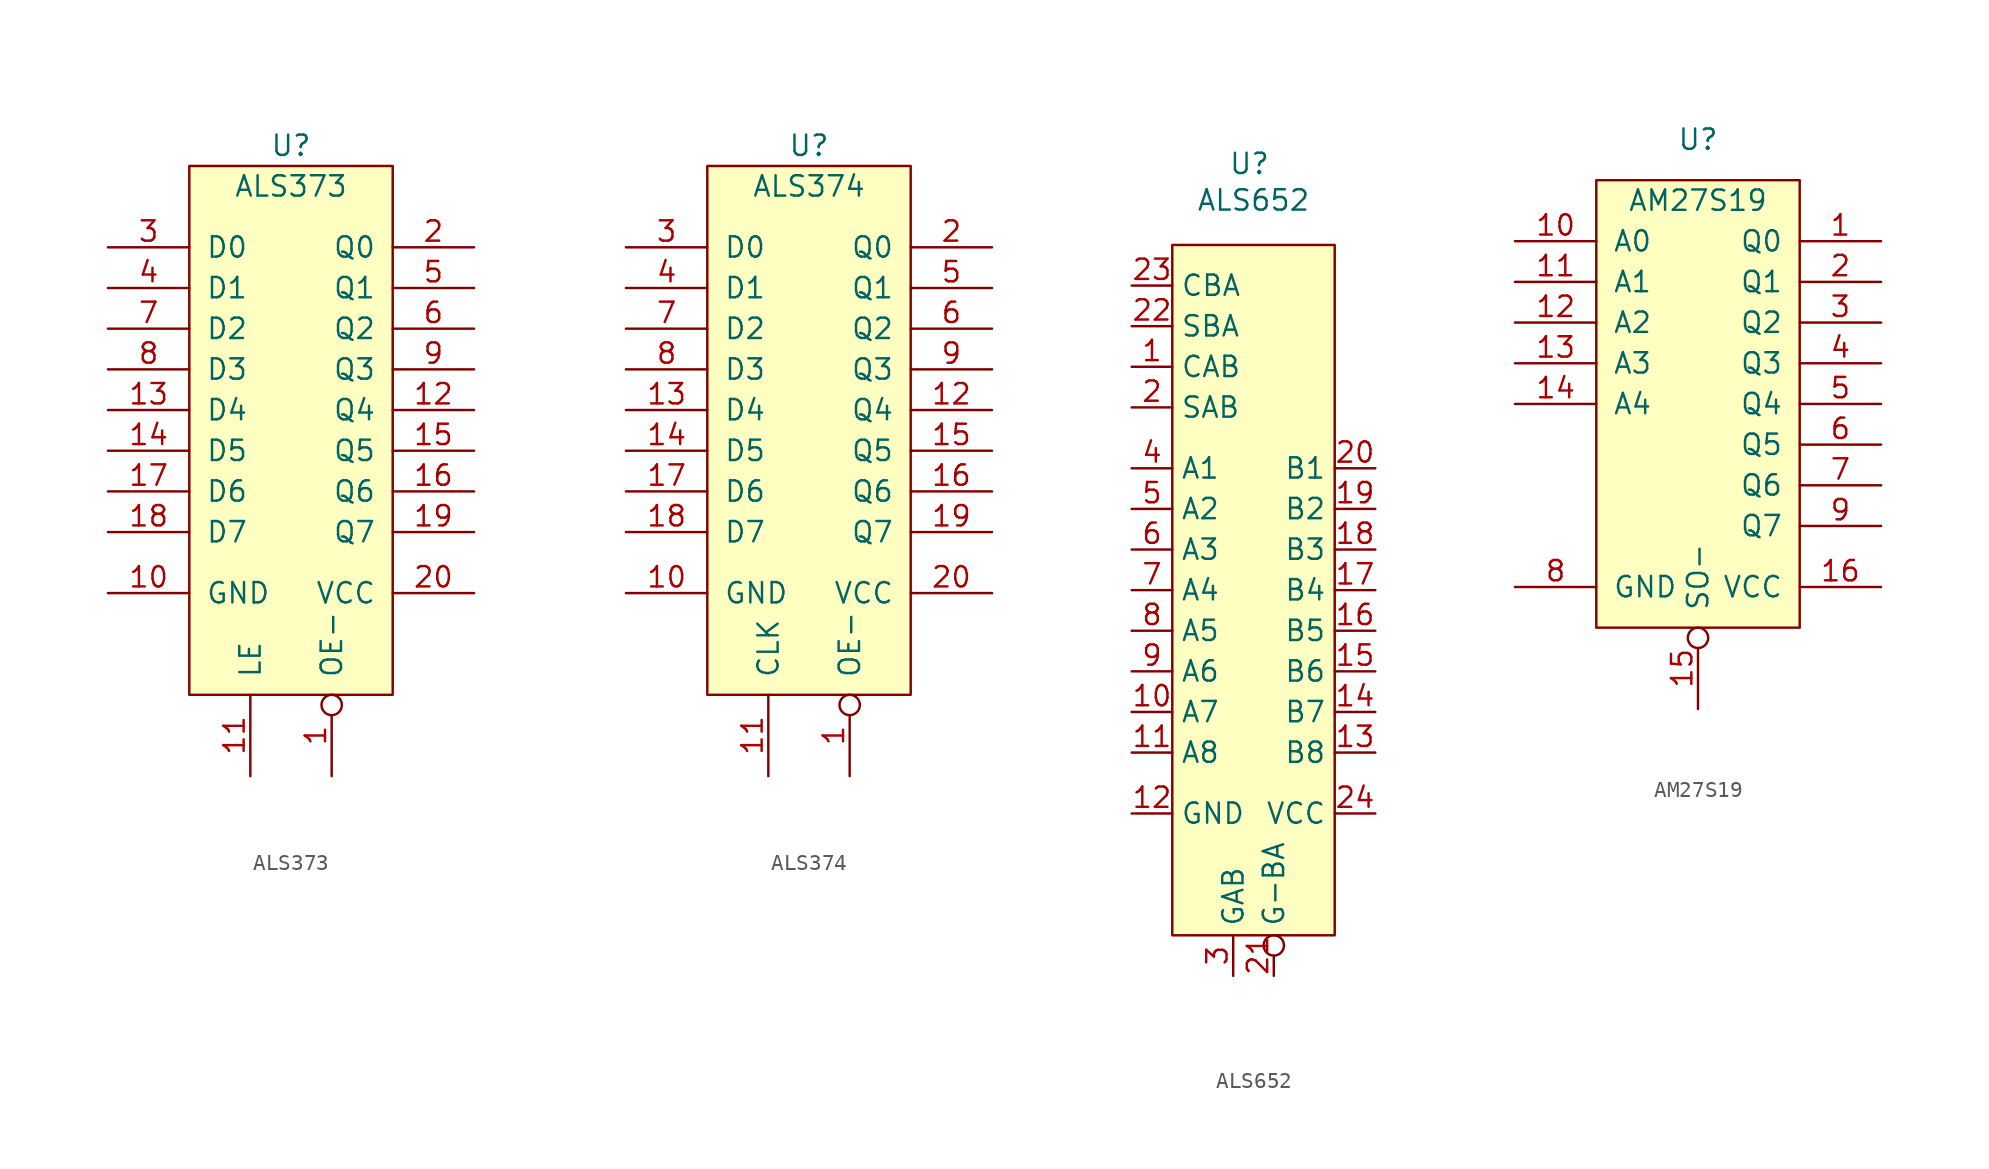
<source format=kicad_sym>
(kicad_symbol_lib
  (version 20231120)
  (generator "kicad_symbol_editor")
  (generator_version "8.0")
  (symbol "ALS373"
    (pin_names
      (offset 1.016))
    (property "Reference" "U"
      (at 0 3.81 0)
      (effects (font (size 1.27 1.27))))
    (property "Value" "ALS373"
      (at 0 1.27 0)
      (effects (font (size 1.27 1.27))))
    (symbol "ALS373_0_1"
      (rectangle (start -6.35 2.54) (end 6.35 -30.48) (stroke (width 0) (type solid)) (fill (type background))))
    (symbol "ALS373_1_1"
      (pin input inverted (at 2.54 -35.56 90) (length 5.08) (name "OE-" (effects (font (size 1.27 1.27)))) (number "1" (effects (font (size 1.27 1.27)))))
      (pin power_in line (at -11.43 -24.13 0) (length 5.08) (name "GND" (effects (font (size 1.27 1.27)))) (number "10" (effects (font (size 1.27 1.27)))))
      (pin input line (at -2.54 -35.56 90) (length 5.08) (name "LE" (effects (font (size 1.27 1.27)))) (number "11" (effects (font (size 1.27 1.27)))))
      (pin output line (at 11.43 -12.7 180) (length 5.08) (name "Q4" (effects (font (size 1.27 1.27)))) (number "12" (effects (font (size 1.27 1.27)))))
      (pin input line (at -11.43 -12.7 0) (length 5.08) (name "D4" (effects (font (size 1.27 1.27)))) (number "13" (effects (font (size 1.27 1.27)))))
      (pin input line (at -11.43 -15.24 0) (length 5.08) (name "D5" (effects (font (size 1.27 1.27)))) (number "14" (effects (font (size 1.27 1.27)))))
      (pin output line (at 11.43 -15.24 180) (length 5.08) (name "Q5" (effects (font (size 1.27 1.27)))) (number "15" (effects (font (size 1.27 1.27)))))
      (pin output line (at 11.43 -17.78 180) (length 5.08) (name "Q6" (effects (font (size 1.27 1.27)))) (number "16" (effects (font (size 1.27 1.27)))))
      (pin input line (at -11.43 -17.78 0) (length 5.08) (name "D6" (effects (font (size 1.27 1.27)))) (number "17" (effects (font (size 1.27 1.27)))))
      (pin input line (at -11.43 -20.32 0) (length 5.08) (name "D7" (effects (font (size 1.27 1.27)))) (number "18" (effects (font (size 1.27 1.27)))))
      (pin output line (at 11.43 -20.32 180) (length 5.08) (name "Q7" (effects (font (size 1.27 1.27)))) (number "19" (effects (font (size 1.27 1.27)))))
      (pin output line (at 11.43 -2.54 180) (length 5.08) (name "Q0" (effects (font (size 1.27 1.27)))) (number "2" (effects (font (size 1.27 1.27)))))
      (pin power_in line (at 11.43 -24.13 180) (length 5.08) (name "VCC" (effects (font (size 1.27 1.27)))) (number "20" (effects (font (size 1.27 1.27)))))
      (pin input line (at -11.43 -2.54 0) (length 5.08) (name "D0" (effects (font (size 1.27 1.27)))) (number "3" (effects (font (size 1.27 1.27)))))
      (pin input line (at -11.43 -5.08 0) (length 5.08) (name "D1" (effects (font (size 1.27 1.27)))) (number "4" (effects (font (size 1.27 1.27)))))
      (pin output line (at 11.43 -5.08 180) (length 5.08) (name "Q1" (effects (font (size 1.27 1.27)))) (number "5" (effects (font (size 1.27 1.27)))))
      (pin output line (at 11.43 -7.62 180) (length 5.08) (name "Q2" (effects (font (size 1.27 1.27)))) (number "6" (effects (font (size 1.27 1.27)))))
      (pin input line (at -11.43 -7.62 0) (length 5.08) (name "D2" (effects (font (size 1.27 1.27)))) (number "7" (effects (font (size 1.27 1.27)))))
      (pin input line (at -11.43 -10.16 0) (length 5.08) (name "D3" (effects (font (size 1.27 1.27)))) (number "8" (effects (font (size 1.27 1.27)))))
      (pin output line (at 11.43 -10.16 180) (length 5.08) (name "Q3" (effects (font (size 1.27 1.27)))) (number "9" (effects (font (size 1.27 1.27)))))))
  (symbol "ALS374"
    (pin_names
      (offset 1.016))
    (property "Reference" "U"
      (at 0 3.81 0)
      (effects (font (size 1.27 1.27))))
    (property "Value" "ALS374"
      (at 0 1.27 0)
      (effects (font (size 1.27 1.27))))
    (symbol "ALS374_0_1"
      (rectangle (start -6.35 2.54) (end 6.35 -30.48) (stroke (width 0) (type solid)) (fill (type background))))
    (symbol "ALS374_1_1"
      (pin input inverted (at 2.54 -35.56 90) (length 5.08) (name "OE-" (effects (font (size 1.27 1.27)))) (number "1" (effects (font (size 1.27 1.27)))))
      (pin power_in line (at -11.43 -24.13 0) (length 5.08) (name "GND" (effects (font (size 1.27 1.27)))) (number "10" (effects (font (size 1.27 1.27)))))
      (pin input line (at -2.54 -35.56 90) (length 5.08) (name "CLK" (effects (font (size 1.27 1.27)))) (number "11" (effects (font (size 1.27 1.27)))))
      (pin output line (at 11.43 -12.7 180) (length 5.08) (name "Q4" (effects (font (size 1.27 1.27)))) (number "12" (effects (font (size 1.27 1.27)))))
      (pin input line (at -11.43 -12.7 0) (length 5.08) (name "D4" (effects (font (size 1.27 1.27)))) (number "13" (effects (font (size 1.27 1.27)))))
      (pin input line (at -11.43 -15.24 0) (length 5.08) (name "D5" (effects (font (size 1.27 1.27)))) (number "14" (effects (font (size 1.27 1.27)))))
      (pin output line (at 11.43 -15.24 180) (length 5.08) (name "Q5" (effects (font (size 1.27 1.27)))) (number "15" (effects (font (size 1.27 1.27)))))
      (pin output line (at 11.43 -17.78 180) (length 5.08) (name "Q6" (effects (font (size 1.27 1.27)))) (number "16" (effects (font (size 1.27 1.27)))))
      (pin input line (at -11.43 -17.78 0) (length 5.08) (name "D6" (effects (font (size 1.27 1.27)))) (number "17" (effects (font (size 1.27 1.27)))))
      (pin input line (at -11.43 -20.32 0) (length 5.08) (name "D7" (effects (font (size 1.27 1.27)))) (number "18" (effects (font (size 1.27 1.27)))))
      (pin output line (at 11.43 -20.32 180) (length 5.08) (name "Q7" (effects (font (size 1.27 1.27)))) (number "19" (effects (font (size 1.27 1.27)))))
      (pin output line (at 11.43 -2.54 180) (length 5.08) (name "Q0" (effects (font (size 1.27 1.27)))) (number "2" (effects (font (size 1.27 1.27)))))
      (pin power_in line (at 11.43 -24.13 180) (length 5.08) (name "VCC" (effects (font (size 1.27 1.27)))) (number "20" (effects (font (size 1.27 1.27)))))
      (pin input line (at -11.43 -2.54 0) (length 5.08) (name "D0" (effects (font (size 1.27 1.27)))) (number "3" (effects (font (size 1.27 1.27)))))
      (pin input line (at -11.43 -5.08 0) (length 5.08) (name "D1" (effects (font (size 1.27 1.27)))) (number "4" (effects (font (size 1.27 1.27)))))
      (pin output line (at 11.43 -5.08 180) (length 5.08) (name "Q1" (effects (font (size 1.27 1.27)))) (number "5" (effects (font (size 1.27 1.27)))))
      (pin output line (at 11.43 -7.62 180) (length 5.08) (name "Q2" (effects (font (size 1.27 1.27)))) (number "6" (effects (font (size 1.27 1.27)))))
      (pin input line (at -11.43 -7.62 0) (length 5.08) (name "D2" (effects (font (size 1.27 1.27)))) (number "7" (effects (font (size 1.27 1.27)))))
      (pin input line (at -11.43 -10.16 0) (length 5.08) (name "D3" (effects (font (size 1.27 1.27)))) (number "8" (effects (font (size 1.27 1.27)))))
      (pin output line (at 11.43 -10.16 180) (length 5.08) (name "Q3" (effects (font (size 1.27 1.27)))) (number "9" (effects (font (size 1.27 1.27)))))))
  (symbol "ALS652"
    (property "Reference" "U"
      (at -0.254 3.81 0)
      (effects (font (size 1.27 1.27))))
    (property "Value" "ALS652"
      (at 0 1.524 0)
      (effects (font (size 1.27 1.27))))
    (symbol "ALS652_1_1"
      (rectangle (start -5.08 -1.27) (end 5.08 -44.45) (stroke (width 0) (type default)) (fill (type background)))
      (pin input line (at -7.62 -8.89 0) (length 2.54) (name "CAB" (effects (font (size 1.27 1.27)))) (number "1" (effects (font (size 1.27 1.27)))))
      (pin input line (at -7.62 -30.48 0) (length 2.54) (name "A7" (effects (font (size 1.27 1.27)))) (number "10" (effects (font (size 1.27 1.27)))))
      (pin input line (at -7.62 -33.02 0) (length 2.54) (name "A8" (effects (font (size 1.27 1.27)))) (number "11" (effects (font (size 1.27 1.27)))))
      (pin power_in line (at -7.62 -36.83 0) (length 2.54) (name "GND" (effects (font (size 1.27 1.27)))) (number "12" (effects (font (size 1.27 1.27)))))
      (pin output line (at 7.62 -33.02 180) (length 2.54) (name "B8" (effects (font (size 1.27 1.27)))) (number "13" (effects (font (size 1.27 1.27)))))
      (pin output line (at 7.62 -30.48 180) (length 2.54) (name "B7" (effects (font (size 1.27 1.27)))) (number "14" (effects (font (size 1.27 1.27)))))
      (pin output line (at 7.62 -27.94 180) (length 2.54) (name "B6" (effects (font (size 1.27 1.27)))) (number "15" (effects (font (size 1.27 1.27)))))
      (pin output line (at 7.62 -25.4 180) (length 2.54) (name "B5" (effects (font (size 1.27 1.27)))) (number "16" (effects (font (size 1.27 1.27)))))
      (pin output line (at 7.62 -22.86 180) (length 2.54) (name "B4" (effects (font (size 1.27 1.27)))) (number "17" (effects (font (size 1.27 1.27)))))
      (pin output line (at 7.62 -20.32 180) (length 2.54) (name "B3" (effects (font (size 1.27 1.27)))) (number "18" (effects (font (size 1.27 1.27)))))
      (pin output line (at 7.62 -17.78 180) (length 2.54) (name "B2" (effects (font (size 1.27 1.27)))) (number "19" (effects (font (size 1.27 1.27)))))
      (pin input line (at -7.62 -11.43 0) (length 2.54) (name "SAB" (effects (font (size 1.27 1.27)))) (number "2" (effects (font (size 1.27 1.27)))))
      (pin output line (at 7.62 -15.24 180) (length 2.54) (name "B1" (effects (font (size 1.27 1.27)))) (number "20" (effects (font (size 1.27 1.27)))))
      (pin input inverted (at 1.27 -46.99 90) (length 2.54) (name "G-BA" (effects (font (size 1.27 1.27)))) (number "21" (effects (font (size 1.27 1.27)))))
      (pin input line (at -7.62 -6.35 0) (length 2.54) (name "SBA" (effects (font (size 1.27 1.27)))) (number "22" (effects (font (size 1.27 1.27)))))
      (pin input line (at -7.62 -3.81 0) (length 2.54) (name "CBA" (effects (font (size 1.27 1.27)))) (number "23" (effects (font (size 1.27 1.27)))))
      (pin power_in line (at 7.62 -36.83 180) (length 2.54) (name "VCC" (effects (font (size 1.27 1.27)))) (number "24" (effects (font (size 1.27 1.27)))))
      (pin input line (at -1.27 -46.99 90) (length 2.54) (name "GAB" (effects (font (size 1.27 1.27)))) (number "3" (effects (font (size 1.27 1.27)))))
      (pin input line (at -7.62 -15.24 0) (length 2.54) (name "A1" (effects (font (size 1.27 1.27)))) (number "4" (effects (font (size 1.27 1.27)))))
      (pin input line (at -7.62 -17.78 0) (length 2.54) (name "A2" (effects (font (size 1.27 1.27)))) (number "5" (effects (font (size 1.27 1.27)))))
      (pin input line (at -7.62 -20.32 0) (length 2.54) (name "A3" (effects (font (size 1.27 1.27)))) (number "6" (effects (font (size 1.27 1.27)))))
      (pin input line (at -7.62 -22.86 0) (length 2.54) (name "A4" (effects (font (size 1.27 1.27)))) (number "7" (effects (font (size 1.27 1.27)))))
      (pin input line (at -7.62 -25.4 0) (length 2.54) (name "A5" (effects (font (size 1.27 1.27)))) (number "8" (effects (font (size 1.27 1.27)))))
      (pin input line (at -7.62 -27.94 0) (length 2.54) (name "A6" (effects (font (size 1.27 1.27)))) (number "9" (effects (font (size 1.27 1.27)))))))
  (symbol "AM27S19"
    (pin_names
      (offset 1.016))
    (property "Reference" "U"
      (at 0 3.81 0)
      (effects (font (size 1.27 1.27))))
    (property "Value" "AM27S19"
      (at 0 0 0)
      (effects (font (size 1.27 1.27))))
    (symbol "AM27S19_0_1"
      (rectangle (start -6.35 1.27) (end 6.35 -26.67) (stroke (width 0) (type solid)) (fill (type background))))
    (symbol "AM27S19_1_1"
      (pin output line (at 11.43 -2.54 180) (length 5.08) (name "Q0" (effects (font (size 1.27 1.27)))) (number "1" (effects (font (size 1.27 1.27)))))
      (pin input line (at -11.43 -2.54 0) (length 5.08) (name "A0" (effects (font (size 1.27 1.27)))) (number "10" (effects (font (size 1.27 1.27)))))
      (pin input line (at -11.43 -5.08 0) (length 5.08) (name "A1" (effects (font (size 1.27 1.27)))) (number "11" (effects (font (size 1.27 1.27)))))
      (pin input line (at -11.43 -7.62 0) (length 5.08) (name "A2" (effects (font (size 1.27 1.27)))) (number "12" (effects (font (size 1.27 1.27)))))
      (pin input line (at -11.43 -10.16 0) (length 5.08) (name "A3" (effects (font (size 1.27 1.27)))) (number "13" (effects (font (size 1.27 1.27)))))
      (pin input line (at -11.43 -12.7 0) (length 5.08) (name "A4" (effects (font (size 1.27 1.27)))) (number "14" (effects (font (size 1.27 1.27)))))
      (pin input inverted (at 0 -31.75 90) (length 5.08) (name "SO-" (effects (font (size 1.27 1.27)))) (number "15" (effects (font (size 1.27 1.27)))))
      (pin power_in line (at 11.43 -24.13 180) (length 5.08) (name "VCC" (effects (font (size 1.27 1.27)))) (number "16" (effects (font (size 1.27 1.27)))))
      (pin output line (at 11.43 -5.08 180) (length 5.08) (name "Q1" (effects (font (size 1.27 1.27)))) (number "2" (effects (font (size 1.27 1.27)))))
      (pin output line (at 11.43 -7.62 180) (length 5.08) (name "Q2" (effects (font (size 1.27 1.27)))) (number "3" (effects (font (size 1.27 1.27)))))
      (pin output line (at 11.43 -10.16 180) (length 5.08) (name "Q3" (effects (font (size 1.27 1.27)))) (number "4" (effects (font (size 1.27 1.27)))))
      (pin output line (at 11.43 -12.7 180) (length 5.08) (name "Q4" (effects (font (size 1.27 1.27)))) (number "5" (effects (font (size 1.27 1.27)))))
      (pin output line (at 11.43 -15.24 180) (length 5.08) (name "Q5" (effects (font (size 1.27 1.27)))) (number "6" (effects (font (size 1.27 1.27)))))
      (pin output line (at 11.43 -17.78 180) (length 5.08) (name "Q6" (effects (font (size 1.27 1.27)))) (number "7" (effects (font (size 1.27 1.27)))))
      (pin power_in line (at -11.43 -24.13 0) (length 5.08) (name "GND" (effects (font (size 1.27 1.27)))) (number "8" (effects (font (size 1.27 1.27)))))
      (pin output line (at 11.43 -20.32 180) (length 5.08) (name "Q7" (effects (font (size 1.27 1.27)))) (number "9" (effects (font (size 1.27 1.27))))))))
</source>
